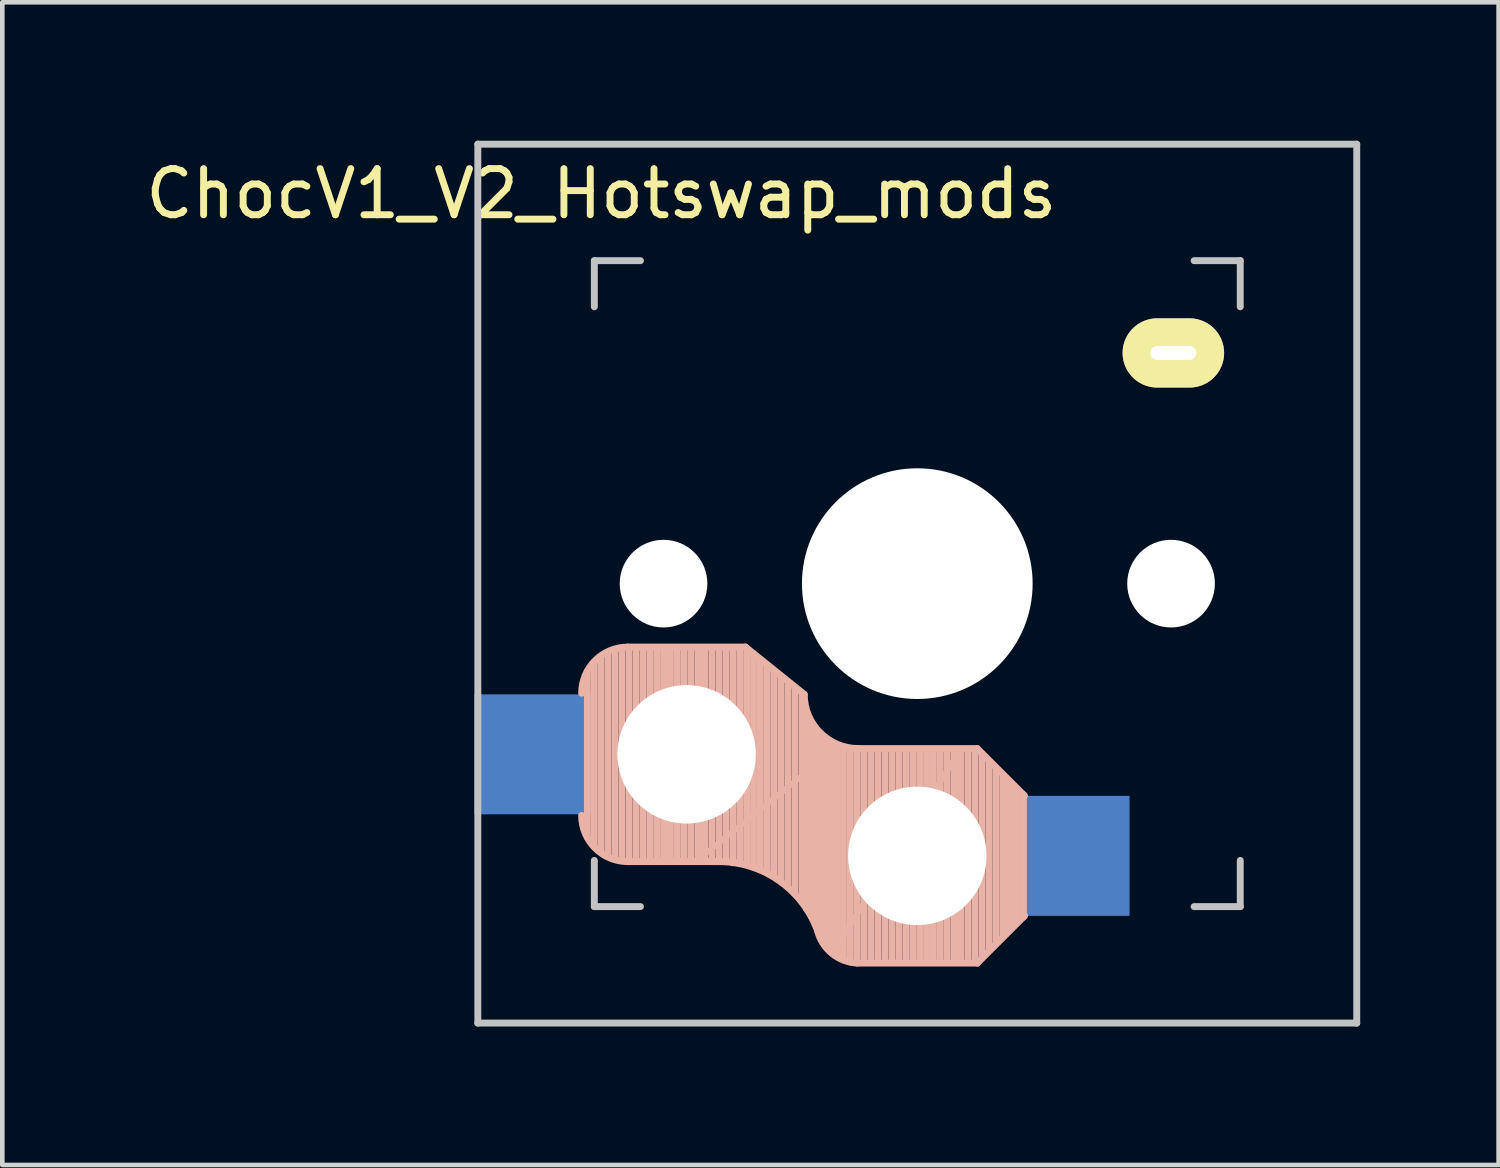
<source format=kicad_pcb>
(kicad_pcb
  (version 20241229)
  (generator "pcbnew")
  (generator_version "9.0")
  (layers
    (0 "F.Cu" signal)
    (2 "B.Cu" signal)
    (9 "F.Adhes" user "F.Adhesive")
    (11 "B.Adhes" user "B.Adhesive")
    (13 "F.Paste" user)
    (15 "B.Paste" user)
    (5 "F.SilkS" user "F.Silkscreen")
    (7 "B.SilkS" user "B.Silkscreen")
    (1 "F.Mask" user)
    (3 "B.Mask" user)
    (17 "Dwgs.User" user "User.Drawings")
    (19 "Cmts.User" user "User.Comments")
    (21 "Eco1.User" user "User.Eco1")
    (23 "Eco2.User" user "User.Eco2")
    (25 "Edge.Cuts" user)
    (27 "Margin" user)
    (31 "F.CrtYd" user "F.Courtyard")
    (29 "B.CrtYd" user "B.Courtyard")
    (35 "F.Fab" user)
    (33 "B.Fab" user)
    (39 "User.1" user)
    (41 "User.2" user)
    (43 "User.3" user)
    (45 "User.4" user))
  (footprint "ChocV1_V2_Hotswap_mods"
    (layer "F.Cu")
    (at 16.832 9.6)
    (property "Reference" "ChocV1_V2_Hotswap_mods" (at -6.85 -8.45 0) (layer "F.SilkS") (effects (font (size 1 1) (thickness 0.15))))
    (attr through_hole)
    (fp_line (start -7.15 5.5) (end -7.15 1.9) (stroke (width 0.15) (type solid)) (layer "B.SilkS"))
    (fp_line (start -7 5.7) (end -7 1.7) (stroke (width 0.15) (type solid)) (layer "B.SilkS"))
    (fp_line (start -6.85 5.8) (end -6.85 1.6) (stroke (width 0.15) (type solid)) (layer "B.SilkS"))
    (fp_line (start -6.7 5.9) (end -6.7 1.5) (stroke (width 0.15) (type solid)) (layer "B.SilkS"))
    (fp_line (start -6.55 5.95) (end -6.55 1.45) (stroke (width 0.15) (type solid)) (layer "B.SilkS"))
    (fp_line (start -6.4 6) (end -6.4 1.45) (stroke (width 0.15) (type solid)) (layer "B.SilkS"))
    (fp_line (start -6.25 6) (end -6.25 1.4) (stroke (width 0.15) (type solid)) (layer "B.SilkS"))
    (fp_line (start -6.1 6) (end -6.1 1.4) (stroke (width 0.15) (type solid)) (layer "B.SilkS"))
    (fp_line (start -5.95 6) (end -5.95 1.4) (stroke (width 0.15) (type solid)) (layer "B.SilkS"))
    (fp_line (start -5.8 6) (end -5.8 1.4) (stroke (width 0.15) (type solid)) (layer "B.SilkS"))
    (fp_line (start -5.65 6) (end -5.65 1.4) (stroke (width 0.15) (type solid)) (layer "B.SilkS"))
    (fp_line (start -5.5 6) (end -5.5 1.4) (stroke (width 0.15) (type solid)) (layer "B.SilkS"))
    (fp_line (start -5.35 6) (end -5.35 1.4) (stroke (width 0.15) (type solid)) (layer "B.SilkS"))
    (fp_line (start -5.2 6) (end -5.2 1.4) (stroke (width 0.15) (type solid)) (layer "B.SilkS"))
    (fp_line (start -5.05 6) (end -5.05 1.4) (stroke (width 0.15) (type solid)) (layer "B.SilkS"))
    (fp_line (start -4.9 6) (end -4.9 1.4) (stroke (width 0.15) (type solid)) (layer "B.SilkS"))
    (fp_line (start -4.75 6) (end -4.75 1.4) (stroke (width 0.15) (type solid)) (layer "B.SilkS"))
    (fp_line (start -4.65 5.9) (end -4.65 1.4) (stroke (width 0.12) (type solid)) (layer "B.SilkS"))
    (fp_line (start -4.6 6) (end -4.6 1.4) (stroke (width 0.15) (type solid)) (layer "B.SilkS"))
    (fp_line (start -4.45 6) (end -4.45 1.4) (stroke (width 0.15) (type solid)) (layer "B.SilkS"))
    (fp_line (start -4.3 6) (end -4.3 1.4) (stroke (width 0.15) (type solid)) (layer "B.SilkS"))
    (fp_line (start -4.3 6.025) (end -6.275 6.025) (stroke (width 0.15) (type solid)) (layer "B.SilkS"))
    (fp_line (start -4.15 6) (end -4.15 1.45) (stroke (width 0.15) (type solid)) (layer "B.SilkS"))
    (fp_line (start -4 6.05) (end -4 1.4) (stroke (width 0.15) (type solid)) (layer "B.SilkS"))
    (fp_line (start -3.85 6.05) (end -3.85 1.4) (stroke (width 0.15) (type solid)) (layer "B.SilkS"))
    (fp_line (start -3.725 1.375) (end -6.275 1.375) (stroke (width 0.15) (type solid)) (layer "B.SilkS"))
    (fp_line (start -3.725 1.375) (end -2.45 2.4) (stroke (width 0.15) (type solid)) (layer "B.SilkS"))
    (fp_line (start -3.7 6.05) (end -3.7 1.45) (stroke (width 0.15) (type solid)) (layer "B.SilkS"))
    (fp_line (start -3.55 6.1) (end -3.55 1.55) (stroke (width 0.15) (type solid)) (layer "B.SilkS"))
    (fp_line (start -3.4 6.2) (end -3.4 1.65) (stroke (width 0.15) (type solid)) (layer "B.SilkS"))
    (fp_line (start -3.25 6.25) (end -3.25 1.8) (stroke (width 0.15) (type solid)) (layer "B.SilkS"))
    (fp_line (start -3.1 6.35) (end -3.1 1.9) (stroke (width 0.15) (type solid)) (layer "B.SilkS"))
    (fp_line (start -2.95 6.45) (end -2.95 2.05) (stroke (width 0.15) (type solid)) (layer "B.SilkS"))
    (fp_line (start -2.8 6.55) (end -2.8 2.15) (stroke (width 0.15) (type solid)) (layer "B.SilkS"))
    (fp_line (start -2.65 6.7) (end -2.65 2.25) (stroke (width 0.15) (type solid)) (layer "B.SilkS"))
    (fp_line (start -2.5 6.85) (end -2.5 2.4) (stroke (width 0.15) (type solid)) (layer "B.SilkS"))
    (fp_line (start -2.4 7.05) (end -2.4 2.9) (stroke (width 0.15) (type solid)) (layer "B.SilkS"))
    (fp_line (start -2.3 7.2) (end -2.3 3.05) (stroke (width 0.15) (type solid)) (layer "B.SilkS"))
    (fp_line (start -2.2 7.4) (end -2.2 3.25) (stroke (width 0.15) (type solid)) (layer "B.SilkS"))
    (fp_line (start -2.1 7.55) (end -2.1 3.35) (stroke (width 0.15) (type solid)) (layer "B.SilkS"))
    (fp_line (start -2 7.8) (end -2 3.4) (stroke (width 0.15) (type solid)) (layer "B.SilkS"))
    (fp_line (start -1.9 7.95) (end -1.9 3.45) (stroke (width 0.15) (type solid)) (layer "B.SilkS"))
    (fp_line (start -1.8 3.6) (end -4.65 5.9) (stroke (width 0.12) (type solid)) (layer "B.SilkS"))
    (fp_line (start -1.8 7.95) (end -1.8 3.6) (stroke (width 0.12) (type solid)) (layer "B.SilkS"))
    (fp_line (start -1.75 8.05) (end -1.75 3.5) (stroke (width 0.15) (type solid)) (layer "B.SilkS"))
    (fp_line (start -1.6 8.15) (end -1.6 3.6) (stroke (width 0.15) (type solid)) (layer "B.SilkS"))
    (fp_line (start -1.45 8.2) (end -1.45 3.6) (stroke (width 0.15) (type solid)) (layer "B.SilkS"))
    (fp_line (start -1.3 8.2) (end -1.3 3.6) (stroke (width 0.15) (type solid)) (layer "B.SilkS"))
    (fp_line (start -1.15 8.2) (end -1.15 3.65) (stroke (width 0.15) (type solid)) (layer "B.SilkS"))
    (fp_line (start -1 8.2) (end -1 3.6) (stroke (width 0.15) (type solid)) (layer "B.SilkS"))
    (fp_line (start -0.85 8.2) (end -0.85 3.6) (stroke (width 0.15) (type solid)) (layer "B.SilkS"))
    (fp_line (start -0.7 8.2) (end -0.7 3.6) (stroke (width 0.15) (type solid)) (layer "B.SilkS"))
    (fp_line (start -0.55 8.2) (end -0.55 3.6) (stroke (width 0.15) (type solid)) (layer "B.SilkS"))
    (fp_line (start -0.4 8.2) (end -0.4 3.6) (stroke (width 0.15) (type solid)) (layer "B.SilkS"))
    (fp_line (start -0.25 8.2) (end -0.25 3.6) (stroke (width 0.15) (type solid)) (layer "B.SilkS"))
    (fp_line (start -0.1 8.2) (end -0.1 3.6) (stroke (width 0.15) (type solid)) (layer "B.SilkS"))
    (fp_line (start 0.05 8.2) (end 0.05 3.6) (stroke (width 0.15) (type solid)) (layer "B.SilkS"))
    (fp_line (start 0.2 8.2) (end 0.2 3.6) (stroke (width 0.15) (type solid)) (layer "B.SilkS"))
    (fp_line (start 0.35 8.2) (end 0.35 3.6) (stroke (width 0.15) (type solid)) (layer "B.SilkS"))
    (fp_line (start 0.5 8.2) (end 0.5 3.6) (stroke (width 0.15) (type solid)) (layer "B.SilkS"))
    (fp_line (start 0.65 8.2) (end 0.65 3.6) (stroke (width 0.15) (type solid)) (layer "B.SilkS"))
    (fp_line (start 0.8 8.2) (end 0.8 3.6) (stroke (width 0.15) (type solid)) (layer "B.SilkS"))
    (fp_line (start 0.9 3.65) (end -1.8 7.95) (stroke (width 0.12) (type solid)) (layer "B.SilkS"))
    (fp_line (start 0.9 8.1) (end 0.9 3.65) (stroke (width 0.12) (type solid)) (layer "B.SilkS"))
    (fp_line (start 0.95 8.2) (end 0.95 3.6) (stroke (width 0.15) (type solid)) (layer "B.SilkS"))
    (fp_line (start 1.1 8.2) (end 1.1 3.6) (stroke (width 0.15) (type solid)) (layer "B.SilkS"))
    (fp_line (start 1.25 8.2) (end 1.25 3.6) (stroke (width 0.15) (type solid)) (layer "B.SilkS"))
    (fp_line (start 1.3 3.575) (end -1.275 3.575) (stroke (width 0.15) (type solid)) (layer "B.SilkS"))
    (fp_line (start 1.3 3.575) (end 2.325 4.6) (stroke (width 0.15) (type solid)) (layer "B.SilkS"))
    (fp_line (start 1.3 8.225) (end -1.3 8.225) (stroke (width 0.15) (type solid)) (layer "B.SilkS"))
    (fp_line (start 1.3 8.225) (end 2.325 7.2) (stroke (width 0.15) (type solid)) (layer "B.SilkS"))
    (fp_line (start 1.4 8.1) (end 1.4 3.7) (stroke (width 0.15) (type solid)) (layer "B.SilkS"))
    (fp_line (start 1.55 7.95) (end 1.55 3.85) (stroke (width 0.15) (type solid)) (layer "B.SilkS"))
    (fp_line (start 1.7 7.8) (end 1.7 4) (stroke (width 0.15) (type solid)) (layer "B.SilkS"))
    (fp_line (start 1.85 7.65) (end 1.85 4.15) (stroke (width 0.15) (type solid)) (layer "B.SilkS"))
    (fp_line (start 1.95 7.55) (end 1.95 4.25) (stroke (width 0.15) (type solid)) (layer "B.SilkS"))
    (fp_line (start 2.05 7.45) (end 2.05 4.35) (stroke (width 0.15) (type solid)) (layer "B.SilkS"))
    (fp_line (start 2.15 7.35) (end 2.15 4.45) (stroke (width 0.15) (type solid)) (layer "B.SilkS"))
    (fp_line (start 2.3 4.575) (end 2.3 7.225) (stroke (width 0.15) (type solid)) (layer "B.SilkS"))
    (fp_arc (start -7.275 2.375) (mid -6.982107 1.667893) (end -6.275 1.375) (stroke (width 0.15) (type solid)) (layer "B.SilkS"))
    (fp_arc (start -6.275 6.025) (mid -6.982107 5.732107) (end -7.275 5.025) (stroke (width 0.15) (type solid)) (layer "B.SilkS"))
    (fp_arc (start -4.3 6.025) (mid -2.995114 6.436429) (end -2.162199 7.521904) (stroke (width 0.15) (type solid)) (layer "B.SilkS"))
    (fp_arc (start -1.300995 8.223791) (mid -1.848284 8.016021) (end -2.162199 7.521904) (stroke (width 0.15) (type solid)) (layer "B.SilkS"))
    (fp_arc (start -1.275 3.575) (mid -2.10585 3.23085) (end -2.45 2.4) (stroke (width 0.15) (type solid)) (layer "B.SilkS"))
    (fp_line (start -9.525 -9.525) (end 9.525 -9.525) (stroke (width 0.15) (type solid)) (layer "Dwgs.User"))
    (fp_line (start -9.525 9.525) (end -9.525 -9.525) (stroke (width 0.15) (type solid)) (layer "Dwgs.User"))
    (fp_line (start -7 -7) (end -6 -7) (stroke (width 0.15) (type solid)) (layer "Dwgs.User"))
    (fp_line (start -7 -6) (end -7 -7) (stroke (width 0.15) (type solid)) (layer "Dwgs.User"))
    (fp_line (start -7 7) (end -7 6) (stroke (width 0.15) (type solid)) (layer "Dwgs.User"))
    (fp_line (start -6 7) (end -7 7) (stroke (width 0.15) (type solid)) (layer "Dwgs.User"))
    (fp_line (start 6 7) (end 7 7) (stroke (width 0.15) (type solid)) (layer "Dwgs.User"))
    (fp_line (start 7 -7) (end 6 -7) (stroke (width 0.15) (type solid)) (layer "Dwgs.User"))
    (fp_line (start 7 -6) (end 7 -7) (stroke (width 0.15) (type solid)) (layer "Dwgs.User"))
    (fp_line (start 7 7) (end 7 6) (stroke (width 0.15) (type solid)) (layer "Dwgs.User"))
    (fp_line (start 9.525 -9.525) (end 9.525 9.525) (stroke (width 0.15) (type solid)) (layer "Dwgs.User"))
    (fp_line (start 9.525 9.525) (end -9.525 9.525) (stroke (width 0.15) (type solid)) (layer "Dwgs.User"))
    (pad "" np_thru_hole circle (at -5.5 0 90) (size 1.9 1.9) (drill 1.9) (layers "*.Cu"))
    (pad "" np_thru_hole circle (at -5 3.7 90) (size 3 3) (drill 3) (layers "*.Cu" "*.Mask"))
    (pad "" np_thru_hole circle (at 0 0 90) (size 5 5) (drill 5) (layers "*.Cu"))
    (pad "" np_thru_hole circle (at 0 5.9 90) (size 3 3) (drill 3) (layers "*.Cu" "*.Mask"))
    (pad "" np_thru_hole circle (at 5.5 0 90) (size 1.9 1.9) (drill 1.9) (layers "*.Cu"))
    (pad "" thru_hole oval (at 5.55 -5 180) (size 2.2 1.5) (drill oval 1 0.3) (layers "*.Cu" "B.Mask" "F.SilkS"))
    (pad "1" smd rect (at -8.3 3.7 180) (size 2.6 2.6) (layers "B.Cu" "B.Mask" "B.Paste"))
    (pad "2" smd rect (at 3.3 5.9 180) (size 2.6 2.6) (layers "B.Cu" "B.Mask" "B.Paste")))
  (gr_rect
    (start -3 -3)
    (end 29.432 22.2)
    (stroke (width 0.1) (type default))
    (fill no)
    (layer "Edge.Cuts")))
</source>
